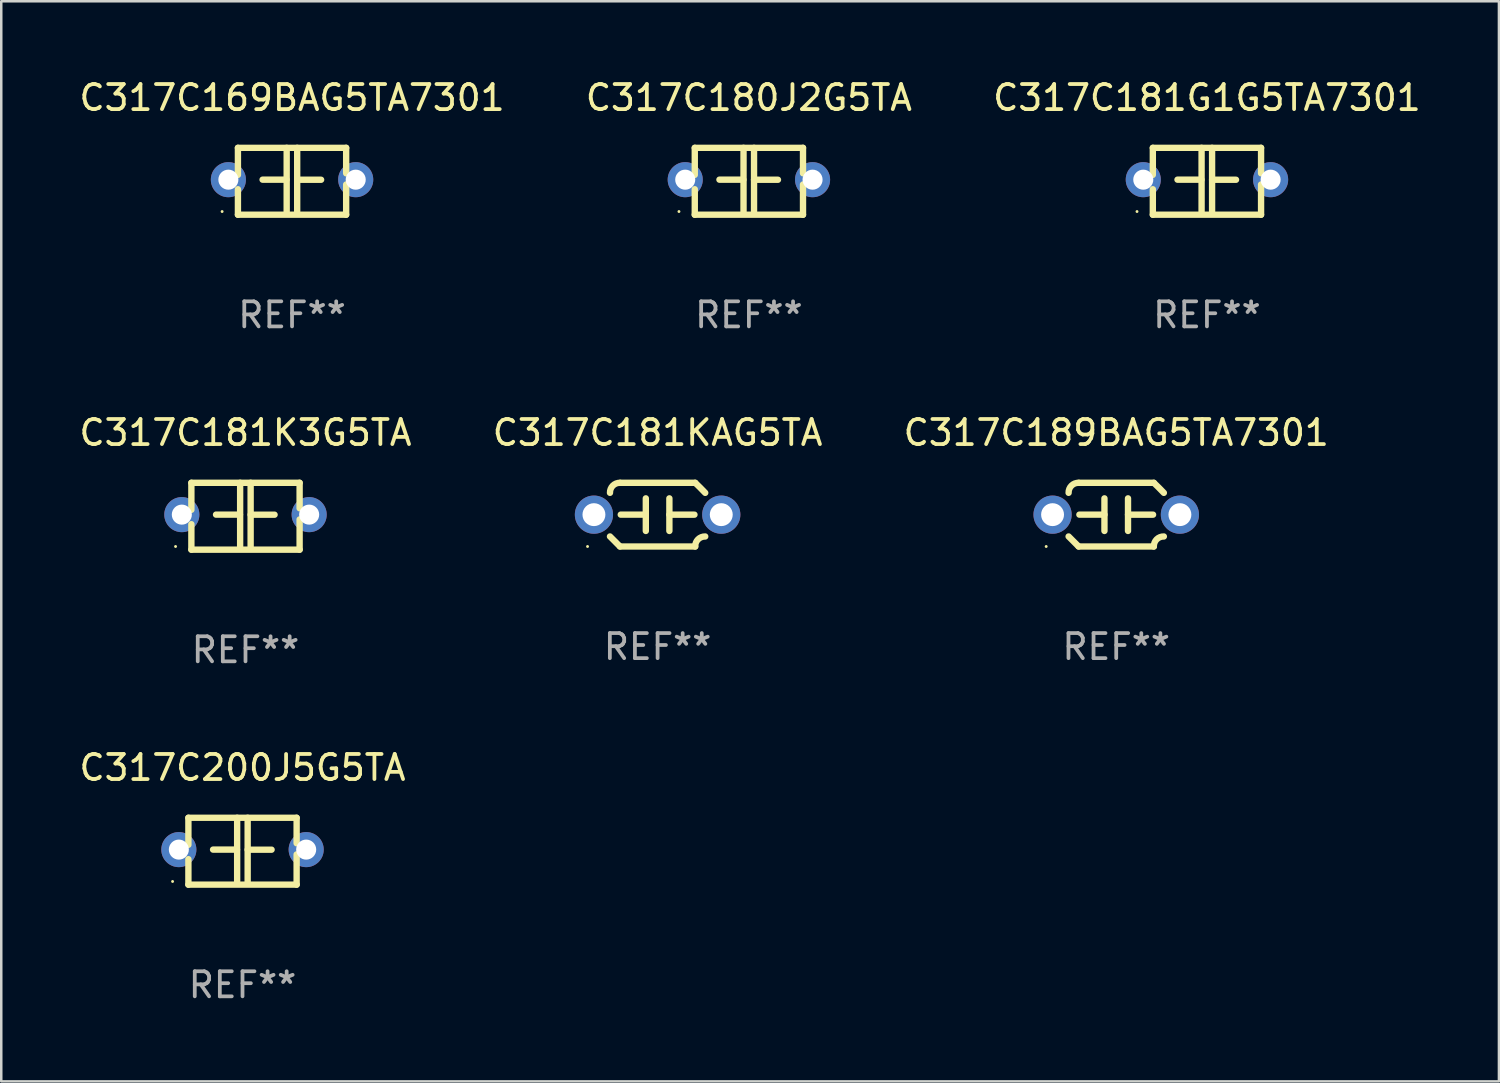
<source format=kicad_pcb>
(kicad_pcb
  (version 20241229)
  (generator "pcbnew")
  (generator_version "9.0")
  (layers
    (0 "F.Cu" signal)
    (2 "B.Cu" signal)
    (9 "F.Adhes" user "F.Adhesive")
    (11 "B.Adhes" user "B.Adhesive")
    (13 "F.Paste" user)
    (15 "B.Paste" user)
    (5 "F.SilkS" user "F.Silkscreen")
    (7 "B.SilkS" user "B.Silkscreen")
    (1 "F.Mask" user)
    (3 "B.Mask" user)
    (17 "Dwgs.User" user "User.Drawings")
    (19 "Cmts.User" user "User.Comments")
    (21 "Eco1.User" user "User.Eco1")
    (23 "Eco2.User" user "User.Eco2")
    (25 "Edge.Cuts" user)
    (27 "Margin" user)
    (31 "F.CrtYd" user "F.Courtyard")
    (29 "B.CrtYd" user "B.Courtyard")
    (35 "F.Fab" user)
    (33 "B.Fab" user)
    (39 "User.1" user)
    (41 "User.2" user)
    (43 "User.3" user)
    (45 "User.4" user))
  (footprint "C317C189BAG5TA7301"
    (layer "F.Cu")
    (at 41.482 17.482)
    (property "Reference" "C317C189BAG5TA7301" (at 0 -3.27 0) (layer "F.SilkS") (effects (font (size 1 1) (thickness 0.15))))
    (attr through_hole)
    (fp_line (start -1.5 -1.27) (end 1.5 -1.27) (stroke (width 0.254) (type solid)) (layer "F.SilkS"))
    (fp_line (start -0.47 -0.65) (end -0.47 0.65) (stroke (width 0.254) (type solid)) (layer "F.SilkS"))
    (fp_line (start -0.47 -0.000381) (end -1.47 -0.000381) (stroke (width 0.254) (type solid)) (layer "F.SilkS"))
    (fp_line (start 0.47 0.000356) (end 1.47 0.000356) (stroke (width 0.254) (type solid)) (layer "F.SilkS"))
    (fp_line (start 0.47 0.65) (end 0.47 -0.65) (stroke (width 0.254) (type solid)) (layer "F.SilkS"))
    (fp_line (start 1.5 1.27) (end -1.5 1.27) (stroke (width 0.254) (type solid)) (layer "F.SilkS"))
    (fp_arc (start -1.899924 -0.871221) (mid -1.78599 -1.156887) (end -1.5 -1.270003) (stroke (width 0.254001) (type solid)) (layer "F.SilkS"))
    (fp_arc (start -1.501217 1.269929) (mid -1.700682 1.070039) (end -1.9 0.870003) (stroke (width 0.254001) (type solid)) (layer "F.SilkS"))
    (fp_arc (start 1.5 1.270003) (mid 1.614112 0.984517) (end 1.899923 0.871222) (stroke (width 0.254001) (type solid)) (layer "F.SilkS"))
    (fp_arc (start 1.501219 -1.269927) (mid 1.70319 -1.072538) (end 1.9 -0.870003) (stroke (width 0.254001) (type solid)) (layer "F.SilkS"))
    (fp_circle (center -2.795 1.27) (end -2.765 1.27) (stroke (width 0.06) (type solid)) (fill no) (layer "F.SilkS"))
    (fp_text user "REF**" (at 0 5.27 0) (layer "F.Fab") (effects (font (size 1 1) (thickness 0.15))))
    (pad "1" thru_hole circle (at -2.54 0) (size 1.524 1.524) (drill 0.914) (layers "*.Cu" "*.Mask"))
    (pad "2" thru_hole circle (at 2.54 0) (size 1.524 1.524) (drill 0.914) (layers "*.Cu" "*.Mask")))
  (footprint "C317C181K3G5TA"
    (layer "F.Cu")
    (at 6.744 17.545)
    (property "Reference" "C317C181K3G5TA" (at 0 -3.334 0) (layer "F.SilkS") (effects (font (size 1 1) (thickness 0.15))))
    (attr through_hole)
    (fp_line (start -2.159 -1.334) (end 2.159 -1.334) (stroke (width 0.254) (type solid)) (layer "F.SilkS"))
    (fp_line (start -2.159 -0.256) (end -2.159 -1.334) (stroke (width 0.254) (type solid)) (layer "F.SilkS"))
    (fp_line (start -2.159 1.334) (end -2.159 0.318) (stroke (width 0.254) (type solid)) (layer "F.SilkS"))
    (fp_line (start -0.22 -0.064) (end -1.175 -0.064) (stroke (width 0.254) (type solid)) (layer "F.SilkS"))
    (fp_line (start -0.214 -1.334) (end -0.214 1.207) (stroke (width 0.254) (type solid)) (layer "F.SilkS"))
    (fp_line (start 0.205 -1.334) (end 0.205 1.207) (stroke (width 0.254) (type solid)) (layer "F.SilkS"))
    (fp_line (start 0.205 -0.061) (end 1.16 -0.061) (stroke (width 0.254) (type solid)) (layer "F.SilkS"))
    (fp_line (start 2.159 -1.334) (end 2.159 -0.318) (stroke (width 0.254) (type solid)) (layer "F.SilkS"))
    (fp_line (start 2.159 0.129) (end 2.159 1.334) (stroke (width 0.254) (type solid)) (layer "F.SilkS"))
    (fp_line (start 2.159 1.334) (end -2.159 1.334) (stroke (width 0.254) (type solid)) (layer "F.SilkS"))
    (fp_circle (center -2.79 1.207) (end -2.76 1.207) (stroke (width 0.06) (type solid)) (fill no) (layer "F.SilkS"))
    (fp_text user "REF**" (at 0 5.334 0) (layer "F.Fab") (effects (font (size 1 1) (thickness 0.15))))
    (pad "1" thru_hole circle (at -2.54 -0.064) (size 1.4 1.4) (drill 0.8) (layers "*.Cu" "*.Mask"))
    (pad "2" thru_hole circle (at 2.54 -0.064) (size 1.4 1.4) (drill 0.8) (layers "*.Cu" "*.Mask")))
  (footprint "C317C200J5G5TA"
    (layer "F.Cu")
    (at 6.625 30.909)
    (property "Reference" "C317C200J5G5TA" (at 0 -3.334 0) (layer "F.SilkS") (effects (font (size 1 1) (thickness 0.15))))
    (attr through_hole)
    (fp_line (start -2.159 -1.334) (end 2.159 -1.334) (stroke (width 0.254) (type solid)) (layer "F.SilkS"))
    (fp_line (start -2.159 -0.256) (end -2.159 -1.334) (stroke (width 0.254) (type solid)) (layer "F.SilkS"))
    (fp_line (start -2.159 1.334) (end -2.159 0.318) (stroke (width 0.254) (type solid)) (layer "F.SilkS"))
    (fp_line (start -0.22 -0.064) (end -1.175 -0.064) (stroke (width 0.254) (type solid)) (layer "F.SilkS"))
    (fp_line (start -0.214 -1.334) (end -0.214 1.207) (stroke (width 0.254) (type solid)) (layer "F.SilkS"))
    (fp_line (start 0.205 -1.334) (end 0.205 1.207) (stroke (width 0.254) (type solid)) (layer "F.SilkS"))
    (fp_line (start 0.205 -0.061) (end 1.16 -0.061) (stroke (width 0.254) (type solid)) (layer "F.SilkS"))
    (fp_line (start 2.159 -1.334) (end 2.159 -0.318) (stroke (width 0.254) (type solid)) (layer "F.SilkS"))
    (fp_line (start 2.159 0.129) (end 2.159 1.334) (stroke (width 0.254) (type solid)) (layer "F.SilkS"))
    (fp_line (start 2.159 1.334) (end -2.159 1.334) (stroke (width 0.254) (type solid)) (layer "F.SilkS"))
    (fp_circle (center -2.79 1.207) (end -2.76 1.207) (stroke (width 0.06) (type solid)) (fill no) (layer "F.SilkS"))
    (fp_text user "REF**" (at 0 5.334 0) (layer "F.Fab") (effects (font (size 1 1) (thickness 0.15))))
    (pad "1" thru_hole circle (at -2.54 -0.064) (size 1.4 1.4) (drill 0.8) (layers "*.Cu" "*.Mask"))
    (pad "2" thru_hole circle (at 2.54 -0.064) (size 1.4 1.4) (drill 0.8) (layers "*.Cu" "*.Mask")))
  (footprint "C317C181KAG5TA"
    (layer "F.Cu")
    (at 23.185 17.482)
    (property "Reference" "C317C181KAG5TA" (at 0 -3.27 0) (layer "F.SilkS") (effects (font (size 1 1) (thickness 0.15))))
    (attr through_hole)
    (fp_line (start -1.5 -1.27) (end 1.5 -1.27) (stroke (width 0.254) (type solid)) (layer "F.SilkS"))
    (fp_line (start -0.47 -0.65) (end -0.47 0.65) (stroke (width 0.254) (type solid)) (layer "F.SilkS"))
    (fp_line (start -0.47 -0.000381) (end -1.47 -0.000381) (stroke (width 0.254) (type solid)) (layer "F.SilkS"))
    (fp_line (start 0.47 0.000356) (end 1.47 0.000356) (stroke (width 0.254) (type solid)) (layer "F.SilkS"))
    (fp_line (start 0.47 0.65) (end 0.47 -0.65) (stroke (width 0.254) (type solid)) (layer "F.SilkS"))
    (fp_line (start 1.5 1.27) (end -1.5 1.27) (stroke (width 0.254) (type solid)) (layer "F.SilkS"))
    (fp_arc (start -1.899924 -0.871221) (mid -1.78599 -1.156887) (end -1.5 -1.270003) (stroke (width 0.254001) (type solid)) (layer "F.SilkS"))
    (fp_arc (start -1.501217 1.269929) (mid -1.700682 1.070039) (end -1.9 0.870003) (stroke (width 0.254001) (type solid)) (layer "F.SilkS"))
    (fp_arc (start 1.5 1.270003) (mid 1.614112 0.984517) (end 1.899923 0.871222) (stroke (width 0.254001) (type solid)) (layer "F.SilkS"))
    (fp_arc (start 1.501219 -1.269927) (mid 1.70319 -1.072538) (end 1.9 -0.870003) (stroke (width 0.254001) (type solid)) (layer "F.SilkS"))
    (fp_circle (center -2.795 1.27) (end -2.765 1.27) (stroke (width 0.06) (type solid)) (fill no) (layer "F.SilkS"))
    (fp_text user "REF**" (at 0 5.27 0) (layer "F.Fab") (effects (font (size 1 1) (thickness 0.15))))
    (pad "1" thru_hole circle (at -2.54 0) (size 1.524 1.524) (drill 0.914) (layers "*.Cu" "*.Mask"))
    (pad "2" thru_hole circle (at 2.54 0) (size 1.524 1.524) (drill 0.914) (layers "*.Cu" "*.Mask")))
  (footprint "C317C180J2G5TA"
    (layer "F.Cu")
    (at 26.827 4.182)
    (property "Reference" "C317C180J2G5TA" (at 0 -3.334 0) (layer "F.SilkS") (effects (font (size 1 1) (thickness 0.15))))
    (attr through_hole)
    (fp_line (start -2.159 -1.334) (end 2.159 -1.334) (stroke (width 0.254) (type solid)) (layer "F.SilkS"))
    (fp_line (start -2.159 -0.256) (end -2.159 -1.334) (stroke (width 0.254) (type solid)) (layer "F.SilkS"))
    (fp_line (start -2.159 1.334) (end -2.159 0.318) (stroke (width 0.254) (type solid)) (layer "F.SilkS"))
    (fp_line (start -0.22 -0.064) (end -1.175 -0.064) (stroke (width 0.254) (type solid)) (layer "F.SilkS"))
    (fp_line (start -0.214 -1.334) (end -0.214 1.207) (stroke (width 0.254) (type solid)) (layer "F.SilkS"))
    (fp_line (start 0.205 -1.334) (end 0.205 1.207) (stroke (width 0.254) (type solid)) (layer "F.SilkS"))
    (fp_line (start 0.205 -0.061) (end 1.16 -0.061) (stroke (width 0.254) (type solid)) (layer "F.SilkS"))
    (fp_line (start 2.159 -1.334) (end 2.159 -0.318) (stroke (width 0.254) (type solid)) (layer "F.SilkS"))
    (fp_line (start 2.159 0.129) (end 2.159 1.334) (stroke (width 0.254) (type solid)) (layer "F.SilkS"))
    (fp_line (start 2.159 1.334) (end -2.159 1.334) (stroke (width 0.254) (type solid)) (layer "F.SilkS"))
    (fp_circle (center -2.79 1.207) (end -2.76 1.207) (stroke (width 0.06) (type solid)) (fill no) (layer "F.SilkS"))
    (fp_text user "REF**" (at 0 5.334 0) (layer "F.Fab") (effects (font (size 1 1) (thickness 0.15))))
    (pad "1" thru_hole circle (at -2.54 -0.064) (size 1.4 1.4) (drill 0.8) (layers "*.Cu" "*.Mask"))
    (pad "2" thru_hole circle (at 2.54 -0.064) (size 1.4 1.4) (drill 0.8) (layers "*.Cu" "*.Mask")))
  (footprint "C317C181G1G5TA7301"
    (layer "F.Cu")
    (at 45.101 4.182)
    (property "Reference" "C317C181G1G5TA7301" (at 0 -3.334 0) (layer "F.SilkS") (effects (font (size 1 1) (thickness 0.15))))
    (attr through_hole)
    (fp_line (start -2.159 -1.334) (end 2.159 -1.334) (stroke (width 0.254) (type solid)) (layer "F.SilkS"))
    (fp_line (start -2.159 -0.256) (end -2.159 -1.334) (stroke (width 0.254) (type solid)) (layer "F.SilkS"))
    (fp_line (start -2.159 1.334) (end -2.159 0.318) (stroke (width 0.254) (type solid)) (layer "F.SilkS"))
    (fp_line (start -0.22 -0.064) (end -1.175 -0.064) (stroke (width 0.254) (type solid)) (layer "F.SilkS"))
    (fp_line (start -0.214 -1.334) (end -0.214 1.207) (stroke (width 0.254) (type solid)) (layer "F.SilkS"))
    (fp_line (start 0.205 -1.334) (end 0.205 1.207) (stroke (width 0.254) (type solid)) (layer "F.SilkS"))
    (fp_line (start 0.205 -0.061) (end 1.16 -0.061) (stroke (width 0.254) (type solid)) (layer "F.SilkS"))
    (fp_line (start 2.159 -1.334) (end 2.159 -0.318) (stroke (width 0.254) (type solid)) (layer "F.SilkS"))
    (fp_line (start 2.159 0.129) (end 2.159 1.334) (stroke (width 0.254) (type solid)) (layer "F.SilkS"))
    (fp_line (start 2.159 1.334) (end -2.159 1.334) (stroke (width 0.254) (type solid)) (layer "F.SilkS"))
    (fp_circle (center -2.79 1.207) (end -2.76 1.207) (stroke (width 0.06) (type solid)) (fill no) (layer "F.SilkS"))
    (fp_text user "REF**" (at 0 5.334 0) (layer "F.Fab") (effects (font (size 1 1) (thickness 0.15))))
    (pad "1" thru_hole circle (at -2.54 -0.064) (size 1.4 1.4) (drill 0.8) (layers "*.Cu" "*.Mask"))
    (pad "2" thru_hole circle (at 2.54 -0.064) (size 1.4 1.4) (drill 0.8) (layers "*.Cu" "*.Mask")))
  (footprint "C317C169BAG5TA7301"
    (layer "F.Cu")
    (at 8.601 4.182)
    (property "Reference" "C317C169BAG5TA7301" (at 0 -3.334 0) (layer "F.SilkS") (effects (font (size 1 1) (thickness 0.15))))
    (attr through_hole)
    (fp_line (start -2.159 -1.334) (end 2.159 -1.334) (stroke (width 0.254) (type solid)) (layer "F.SilkS"))
    (fp_line (start -2.159 -0.256) (end -2.159 -1.334) (stroke (width 0.254) (type solid)) (layer "F.SilkS"))
    (fp_line (start -2.159 1.334) (end -2.159 0.318) (stroke (width 0.254) (type solid)) (layer "F.SilkS"))
    (fp_line (start -0.22 -0.064) (end -1.175 -0.064) (stroke (width 0.254) (type solid)) (layer "F.SilkS"))
    (fp_line (start -0.214 -1.334) (end -0.214 1.207) (stroke (width 0.254) (type solid)) (layer "F.SilkS"))
    (fp_line (start 0.205 -1.334) (end 0.205 1.207) (stroke (width 0.254) (type solid)) (layer "F.SilkS"))
    (fp_line (start 0.205 -0.061) (end 1.16 -0.061) (stroke (width 0.254) (type solid)) (layer "F.SilkS"))
    (fp_line (start 2.159 -1.334) (end 2.159 -0.318) (stroke (width 0.254) (type solid)) (layer "F.SilkS"))
    (fp_line (start 2.159 0.129) (end 2.159 1.334) (stroke (width 0.254) (type solid)) (layer "F.SilkS"))
    (fp_line (start 2.159 1.334) (end -2.159 1.334) (stroke (width 0.254) (type solid)) (layer "F.SilkS"))
    (fp_circle (center -2.79 1.207) (end -2.76 1.207) (stroke (width 0.06) (type solid)) (fill no) (layer "F.SilkS"))
    (fp_text user "REF**" (at 0 5.334 0) (layer "F.Fab") (effects (font (size 1 1) (thickness 0.15))))
    (pad "1" thru_hole circle (at -2.54 -0.064) (size 1.4 1.4) (drill 0.8) (layers "*.Cu" "*.Mask"))
    (pad "2" thru_hole circle (at 2.54 -0.064) (size 1.4 1.4) (drill 0.8) (layers "*.Cu" "*.Mask")))
  (gr_rect
    (start -3 -3)
    (end 56.75 40.091)
    (stroke (width 0.1) (type default))
    (fill no)
    (layer "Edge.Cuts")))
</source>
